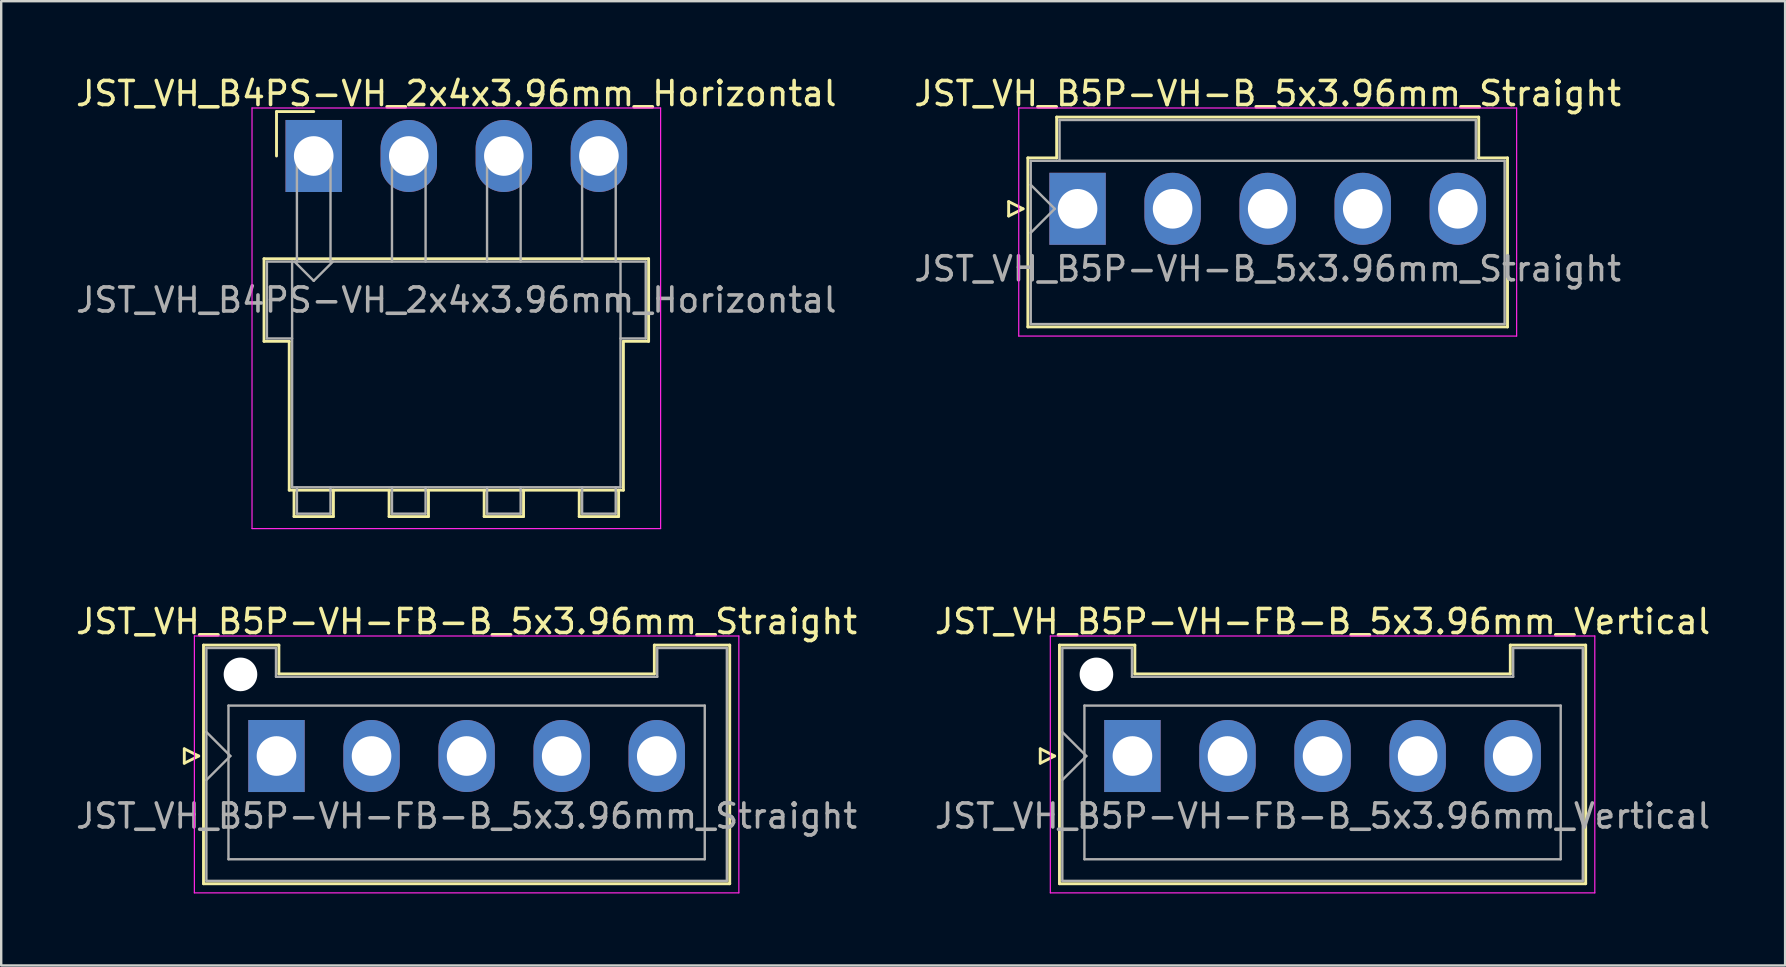
<source format=kicad_pcb>
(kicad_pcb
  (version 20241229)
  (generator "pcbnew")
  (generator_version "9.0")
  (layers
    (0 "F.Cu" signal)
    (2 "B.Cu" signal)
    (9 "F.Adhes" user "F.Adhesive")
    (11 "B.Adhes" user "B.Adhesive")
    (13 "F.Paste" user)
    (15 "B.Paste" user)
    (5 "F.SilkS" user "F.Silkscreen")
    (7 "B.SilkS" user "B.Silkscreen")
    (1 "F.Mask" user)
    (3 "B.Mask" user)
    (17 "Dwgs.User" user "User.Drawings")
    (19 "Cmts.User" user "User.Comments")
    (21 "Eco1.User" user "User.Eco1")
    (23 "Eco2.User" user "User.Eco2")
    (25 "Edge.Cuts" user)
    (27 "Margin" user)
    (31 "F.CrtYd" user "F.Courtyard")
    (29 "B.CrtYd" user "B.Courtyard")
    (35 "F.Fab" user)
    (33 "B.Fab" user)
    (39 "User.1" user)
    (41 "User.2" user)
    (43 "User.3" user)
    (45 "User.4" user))
  (footprint "JST_VH_B4PS-VH_2x4x3.96mm_Horizontal"
    (layer "F.Cu")
    (at 10.018 3.448)
    (property "Reference" "JST_VH_B4PS-VH_2x4x3.96mm_Horizontal" (at 5.94 -2.6 0) (layer "F.SilkS") (effects (font (size 1 1) (thickness 0.15))))
    (attr through_hole)
    (fp_line (start -2.07 4.28) (end 13.95 4.28) (stroke (width 0.12) (type solid)) (layer "F.SilkS"))
    (fp_line (start -2.07 7.72) (end -2.07 4.28) (stroke (width 0.12) (type solid)) (layer "F.SilkS"))
    (fp_line (start -1.55 -1.85) (end -1.55 0) (stroke (width 0.12) (type solid)) (layer "F.SilkS"))
    (fp_line (start -1.02 7.72) (end -2.07 7.72) (stroke (width 0.12) (type solid)) (layer "F.SilkS"))
    (fp_line (start -1.02 13.92) (end -1.02 7.72) (stroke (width 0.12) (type solid)) (layer "F.SilkS"))
    (fp_line (start -0.82 13.92) (end -0.82 15.02) (stroke (width 0.12) (type solid)) (layer "F.SilkS"))
    (fp_line (start -0.82 15.02) (end 0.82 15.02) (stroke (width 0.12) (type solid)) (layer "F.SilkS"))
    (fp_line (start 0 -1.85) (end -1.55 -1.85) (stroke (width 0.12) (type solid)) (layer "F.SilkS"))
    (fp_line (start 0.82 15.02) (end 0.82 13.92) (stroke (width 0.12) (type solid)) (layer "F.SilkS"))
    (fp_line (start 3.14 13.92) (end 3.14 15.02) (stroke (width 0.12) (type solid)) (layer "F.SilkS"))
    (fp_line (start 3.14 15.02) (end 4.78 15.02) (stroke (width 0.12) (type solid)) (layer "F.SilkS"))
    (fp_line (start 4.78 15.02) (end 4.78 13.92) (stroke (width 0.12) (type solid)) (layer "F.SilkS"))
    (fp_line (start 7.1 13.92) (end 7.1 15.02) (stroke (width 0.12) (type solid)) (layer "F.SilkS"))
    (fp_line (start 7.1 15.02) (end 8.74 15.02) (stroke (width 0.12) (type solid)) (layer "F.SilkS"))
    (fp_line (start 8.74 15.02) (end 8.74 13.92) (stroke (width 0.12) (type solid)) (layer "F.SilkS"))
    (fp_line (start 11.06 13.92) (end 11.06 15.02) (stroke (width 0.12) (type solid)) (layer "F.SilkS"))
    (fp_line (start 11.06 15.02) (end 12.7 15.02) (stroke (width 0.12) (type solid)) (layer "F.SilkS"))
    (fp_line (start 12.7 15.02) (end 12.7 13.92) (stroke (width 0.12) (type solid)) (layer "F.SilkS"))
    (fp_line (start 12.9 7.72) (end 12.9 13.92) (stroke (width 0.12) (type solid)) (layer "F.SilkS"))
    (fp_line (start 12.9 13.92) (end -1.02 13.92) (stroke (width 0.12) (type solid)) (layer "F.SilkS"))
    (fp_line (start 13.95 4.28) (end 13.95 7.72) (stroke (width 0.12) (type solid)) (layer "F.SilkS"))
    (fp_line (start 13.95 7.72) (end 12.9 7.72) (stroke (width 0.12) (type solid)) (layer "F.SilkS"))
    (fp_line (start -2.57 -2) (end -2.57 15.52) (stroke (width 0.05) (type solid)) (layer "F.CrtYd"))
    (fp_line (start -2.57 15.52) (end 14.45 15.52) (stroke (width 0.05) (type solid)) (layer "F.CrtYd"))
    (fp_line (start 14.45 -2) (end -2.57 -2) (stroke (width 0.05) (type solid)) (layer "F.CrtYd"))
    (fp_line (start 14.45 15.52) (end 14.45 -2) (stroke (width 0.05) (type solid)) (layer "F.CrtYd"))
    (fp_line (start -1.95 4.4) (end -0.9 4.4) (stroke (width 0.1) (type solid)) (layer "F.Fab"))
    (fp_line (start -1.95 7.6) (end -1.95 4.4) (stroke (width 0.1) (type solid)) (layer "F.Fab"))
    (fp_line (start -0.9 4.4) (end -0.9 13.8) (stroke (width 0.1) (type solid)) (layer "F.Fab"))
    (fp_line (start -0.9 7.6) (end -1.95 7.6) (stroke (width 0.1) (type solid)) (layer "F.Fab"))
    (fp_line (start -0.9 13.8) (end 12.78 13.8) (stroke (width 0.1) (type solid)) (layer "F.Fab"))
    (fp_line (start -0.8 4.4) (end 0 5.2) (stroke (width 0.1) (type solid)) (layer "F.Fab"))
    (fp_line (start -0.7 0) (end 0.7 0) (stroke (width 0.1) (type solid)) (layer "F.Fab"))
    (fp_line (start -0.7 4.4) (end -0.7 0) (stroke (width 0.1) (type solid)) (layer "F.Fab"))
    (fp_line (start -0.7 13.8) (end -0.7 14.9) (stroke (width 0.1) (type solid)) (layer "F.Fab"))
    (fp_line (start -0.7 14.9) (end 0.7 14.9) (stroke (width 0.1) (type solid)) (layer "F.Fab"))
    (fp_line (start 0 5.2) (end 0.8 4.4) (stroke (width 0.1) (type solid)) (layer "F.Fab"))
    (fp_line (start 0.7 0) (end 0.7 4.4) (stroke (width 0.1) (type solid)) (layer "F.Fab"))
    (fp_line (start 0.7 14.9) (end 0.7 13.8) (stroke (width 0.1) (type solid)) (layer "F.Fab"))
    (fp_line (start 3.26 0) (end 4.66 0) (stroke (width 0.1) (type solid)) (layer "F.Fab"))
    (fp_line (start 3.26 4.4) (end 3.26 0) (stroke (width 0.1) (type solid)) (layer "F.Fab"))
    (fp_line (start 3.26 13.8) (end 3.26 14.9) (stroke (width 0.1) (type solid)) (layer "F.Fab"))
    (fp_line (start 3.26 14.9) (end 4.66 14.9) (stroke (width 0.1) (type solid)) (layer "F.Fab"))
    (fp_line (start 4.66 0) (end 4.66 4.4) (stroke (width 0.1) (type solid)) (layer "F.Fab"))
    (fp_line (start 4.66 14.9) (end 4.66 13.8) (stroke (width 0.1) (type solid)) (layer "F.Fab"))
    (fp_line (start 7.22 0) (end 8.62 0) (stroke (width 0.1) (type solid)) (layer "F.Fab"))
    (fp_line (start 7.22 4.4) (end 7.22 0) (stroke (width 0.1) (type solid)) (layer "F.Fab"))
    (fp_line (start 7.22 13.8) (end 7.22 14.9) (stroke (width 0.1) (type solid)) (layer "F.Fab"))
    (fp_line (start 7.22 14.9) (end 8.62 14.9) (stroke (width 0.1) (type solid)) (layer "F.Fab"))
    (fp_line (start 8.62 0) (end 8.62 4.4) (stroke (width 0.1) (type solid)) (layer "F.Fab"))
    (fp_line (start 8.62 14.9) (end 8.62 13.8) (stroke (width 0.1) (type solid)) (layer "F.Fab"))
    (fp_line (start 11.18 0) (end 12.58 0) (stroke (width 0.1) (type solid)) (layer "F.Fab"))
    (fp_line (start 11.18 4.4) (end 11.18 0) (stroke (width 0.1) (type solid)) (layer "F.Fab"))
    (fp_line (start 11.18 13.8) (end 11.18 14.9) (stroke (width 0.1) (type solid)) (layer "F.Fab"))
    (fp_line (start 11.18 14.9) (end 12.58 14.9) (stroke (width 0.1) (type solid)) (layer "F.Fab"))
    (fp_line (start 12.58 0) (end 12.58 4.4) (stroke (width 0.1) (type solid)) (layer "F.Fab"))
    (fp_line (start 12.58 14.9) (end 12.58 13.8) (stroke (width 0.1) (type solid)) (layer "F.Fab"))
    (fp_line (start 12.78 4.4) (end -0.9 4.4) (stroke (width 0.1) (type solid)) (layer "F.Fab"))
    (fp_line (start 12.78 4.4) (end 13.83 4.4) (stroke (width 0.1) (type solid)) (layer "F.Fab"))
    (fp_line (start 12.78 13.8) (end 12.78 4.4) (stroke (width 0.1) (type solid)) (layer "F.Fab"))
    (fp_line (start 13.83 4.4) (end 13.83 7.6) (stroke (width 0.1) (type solid)) (layer "F.Fab"))
    (fp_line (start 13.83 7.6) (end 12.78 7.6) (stroke (width 0.1) (type solid)) (layer "F.Fab"))
    (fp_text user "${REFERENCE}" (at 5.94 6 0) (layer "F.Fab") (effects (font (size 1 1) (thickness 0.15))))
    (pad "1" thru_hole rect (at 0 0) (size 2.35 3) (drill 1.65) (layers "*.Cu" "*.Mask"))
    (pad "2" thru_hole oval (at 3.96 0) (size 2.35 3) (drill 1.65) (layers "*.Cu" "*.Mask"))
    (pad "3" thru_hole oval (at 7.92 0) (size 2.35 3) (drill 1.65) (layers "*.Cu" "*.Mask"))
    (pad "4" thru_hole oval (at 11.88 0) (size 2.35 3) (drill 1.65) (layers "*.Cu" "*.Mask")))
  (footprint "JST_VH_B5P-VH-FB-B_5x3.96mm_Straight"
    (layer "F.Cu")
    (at 8.467 28.442)
    (property "Reference" "JST_VH_B5P-VH-FB-B_5x3.96mm_Straight" (at 7.92 -5.6 0) (layer "F.SilkS") (effects (font (size 1 1) (thickness 0.15))))
    (attr through_hole)
    (fp_line (start -3.84 -0.3) (end -3.24 0) (stroke (width 0.12) (type solid)) (layer "F.SilkS"))
    (fp_line (start -3.84 0.3) (end -3.84 -0.3) (stroke (width 0.12) (type solid)) (layer "F.SilkS"))
    (fp_line (start -3.24 0) (end -3.84 0.3) (stroke (width 0.12) (type solid)) (layer "F.SilkS"))
    (fp_line (start -3.04 -4.62) (end 0.1 -4.62) (stroke (width 0.12) (type solid)) (layer "F.SilkS"))
    (fp_line (start -3.04 5.32) (end -3.04 -4.62) (stroke (width 0.12) (type solid)) (layer "F.SilkS"))
    (fp_line (start 0.1 -4.62) (end 0.1 -3.42) (stroke (width 0.12) (type solid)) (layer "F.SilkS"))
    (fp_line (start 0.1 -3.42) (end 15.74 -3.42) (stroke (width 0.12) (type solid)) (layer "F.SilkS"))
    (fp_line (start 15.74 -4.62) (end 18.88 -4.62) (stroke (width 0.12) (type solid)) (layer "F.SilkS"))
    (fp_line (start 15.74 -3.42) (end 15.74 -4.62) (stroke (width 0.12) (type solid)) (layer "F.SilkS"))
    (fp_line (start 18.88 -4.62) (end 18.88 5.32) (stroke (width 0.12) (type solid)) (layer "F.SilkS"))
    (fp_line (start 18.88 5.32) (end -3.04 5.32) (stroke (width 0.12) (type solid)) (layer "F.SilkS"))
    (fp_line (start -3.42 -5) (end -3.42 5.7) (stroke (width 0.05) (type solid)) (layer "F.CrtYd"))
    (fp_line (start -3.42 5.7) (end 19.26 5.7) (stroke (width 0.05) (type solid)) (layer "F.CrtYd"))
    (fp_line (start 19.26 -5) (end -3.42 -5) (stroke (width 0.05) (type solid)) (layer "F.CrtYd"))
    (fp_line (start 19.26 5.7) (end 19.26 -5) (stroke (width 0.05) (type solid)) (layer "F.CrtYd"))
    (fp_line (start -2.92 -4.5) (end -0.02 -4.5) (stroke (width 0.1) (type solid)) (layer "F.Fab"))
    (fp_line (start -2.92 -1) (end -1.92 0) (stroke (width 0.1) (type solid)) (layer "F.Fab"))
    (fp_line (start -2.92 1) (end -1.92 0) (stroke (width 0.1) (type solid)) (layer "F.Fab"))
    (fp_line (start -2.92 5.2) (end -2.92 -4.5) (stroke (width 0.1) (type solid)) (layer "F.Fab"))
    (fp_line (start -2 -2.1) (end 17.84 -2.1) (stroke (width 0.1) (type solid)) (layer "F.Fab"))
    (fp_line (start -2 4.3) (end -2 -2.1) (stroke (width 0.1) (type solid)) (layer "F.Fab"))
    (fp_line (start -0.02 -4.5) (end -0.02 -3.3) (stroke (width 0.1) (type solid)) (layer "F.Fab"))
    (fp_line (start -0.02 -3.3) (end 15.86 -3.3) (stroke (width 0.1) (type solid)) (layer "F.Fab"))
    (fp_line (start 15.86 -4.5) (end 18.76 -4.5) (stroke (width 0.1) (type solid)) (layer "F.Fab"))
    (fp_line (start 15.86 -3.3) (end 15.86 -4.5) (stroke (width 0.1) (type solid)) (layer "F.Fab"))
    (fp_line (start 17.84 -2.1) (end 17.84 4.3) (stroke (width 0.1) (type solid)) (layer "F.Fab"))
    (fp_line (start 17.84 4.3) (end -2 4.3) (stroke (width 0.1) (type solid)) (layer "F.Fab"))
    (fp_line (start 18.76 -4.5) (end 18.76 5.2) (stroke (width 0.1) (type solid)) (layer "F.Fab"))
    (fp_line (start 18.76 5.2) (end -2.92 5.2) (stroke (width 0.1) (type solid)) (layer "F.Fab"))
    (fp_text user "${REFERENCE}" (at 7.92 2.5 0) (layer "F.Fab") (effects (font (size 1 1) (thickness 0.15))))
    (pad "" np_thru_hole circle (at -1.5 -3.4) (size 1.4 1.4) (drill 1.4) (layers "*.Cu" "*.Mask"))
    (pad "1" thru_hole rect (at 0 0) (size 2.35 3) (drill 1.65) (layers "*.Cu" "*.Mask"))
    (pad "2" thru_hole oval (at 3.96 0) (size 2.35 3) (drill 1.65) (layers "*.Cu" "*.Mask"))
    (pad "3" thru_hole oval (at 7.92 0) (size 2.35 3) (drill 1.65) (layers "*.Cu" "*.Mask"))
    (pad "4" thru_hole oval (at 11.88 0) (size 2.35 3) (drill 1.65) (layers "*.Cu" "*.Mask"))
    (pad "5" thru_hole oval (at 15.84 0) (size 2.35 3) (drill 1.65) (layers "*.Cu" "*.Mask")))
  (footprint "JST_VH_B5P-VH-FB-B_5x3.96mm_Vertical"
    (layer "F.Cu")
    (at 44.122 28.442)
    (property "Reference" "JST_VH_B5P-VH-FB-B_5x3.96mm_Vertical" (at 7.92 -5.6 0) (layer "F.SilkS") (effects (font (size 1 1) (thickness 0.15))))
    (attr through_hole)
    (fp_line (start -3.84 -0.3) (end -3.24 0) (stroke (width 0.12) (type solid)) (layer "F.SilkS"))
    (fp_line (start -3.84 0.3) (end -3.84 -0.3) (stroke (width 0.12) (type solid)) (layer "F.SilkS"))
    (fp_line (start -3.24 0) (end -3.84 0.3) (stroke (width 0.12) (type solid)) (layer "F.SilkS"))
    (fp_line (start -3.04 -4.62) (end 0.1 -4.62) (stroke (width 0.12) (type solid)) (layer "F.SilkS"))
    (fp_line (start -3.04 5.32) (end -3.04 -4.62) (stroke (width 0.12) (type solid)) (layer "F.SilkS"))
    (fp_line (start 0.1 -4.62) (end 0.1 -3.42) (stroke (width 0.12) (type solid)) (layer "F.SilkS"))
    (fp_line (start 0.1 -3.42) (end 15.74 -3.42) (stroke (width 0.12) (type solid)) (layer "F.SilkS"))
    (fp_line (start 15.74 -4.62) (end 18.88 -4.62) (stroke (width 0.12) (type solid)) (layer "F.SilkS"))
    (fp_line (start 15.74 -3.42) (end 15.74 -4.62) (stroke (width 0.12) (type solid)) (layer "F.SilkS"))
    (fp_line (start 18.88 -4.62) (end 18.88 5.32) (stroke (width 0.12) (type solid)) (layer "F.SilkS"))
    (fp_line (start 18.88 5.32) (end -3.04 5.32) (stroke (width 0.12) (type solid)) (layer "F.SilkS"))
    (fp_line (start -3.42 -5) (end -3.42 5.7) (stroke (width 0.05) (type solid)) (layer "F.CrtYd"))
    (fp_line (start -3.42 5.7) (end 19.26 5.7) (stroke (width 0.05) (type solid)) (layer "F.CrtYd"))
    (fp_line (start 19.26 -5) (end -3.42 -5) (stroke (width 0.05) (type solid)) (layer "F.CrtYd"))
    (fp_line (start 19.26 5.7) (end 19.26 -5) (stroke (width 0.05) (type solid)) (layer "F.CrtYd"))
    (fp_line (start -2.92 -4.5) (end -0.02 -4.5) (stroke (width 0.1) (type solid)) (layer "F.Fab"))
    (fp_line (start -2.92 -1) (end -1.92 0) (stroke (width 0.1) (type solid)) (layer "F.Fab"))
    (fp_line (start -2.92 1) (end -1.92 0) (stroke (width 0.1) (type solid)) (layer "F.Fab"))
    (fp_line (start -2.92 5.2) (end -2.92 -4.5) (stroke (width 0.1) (type solid)) (layer "F.Fab"))
    (fp_line (start -2 -2.1) (end 17.84 -2.1) (stroke (width 0.1) (type solid)) (layer "F.Fab"))
    (fp_line (start -2 4.3) (end -2 -2.1) (stroke (width 0.1) (type solid)) (layer "F.Fab"))
    (fp_line (start -0.02 -4.5) (end -0.02 -3.3) (stroke (width 0.1) (type solid)) (layer "F.Fab"))
    (fp_line (start -0.02 -3.3) (end 15.86 -3.3) (stroke (width 0.1) (type solid)) (layer "F.Fab"))
    (fp_line (start 15.86 -4.5) (end 18.76 -4.5) (stroke (width 0.1) (type solid)) (layer "F.Fab"))
    (fp_line (start 15.86 -3.3) (end 15.86 -4.5) (stroke (width 0.1) (type solid)) (layer "F.Fab"))
    (fp_line (start 17.84 -2.1) (end 17.84 4.3) (stroke (width 0.1) (type solid)) (layer "F.Fab"))
    (fp_line (start 17.84 4.3) (end -2 4.3) (stroke (width 0.1) (type solid)) (layer "F.Fab"))
    (fp_line (start 18.76 -4.5) (end 18.76 5.2) (stroke (width 0.1) (type solid)) (layer "F.Fab"))
    (fp_line (start 18.76 5.2) (end -2.92 5.2) (stroke (width 0.1) (type solid)) (layer "F.Fab"))
    (fp_text user "${REFERENCE}" (at 7.92 2.5 0) (layer "F.Fab") (effects (font (size 1 1) (thickness 0.15))))
    (pad "" np_thru_hole circle (at -1.5 -3.4) (size 1.4 1.4) (drill 1.4) (layers "*.Cu" "*.Mask"))
    (pad "1" thru_hole rect (at 0 0) (size 2.35 3) (drill 1.65) (layers "*.Cu" "*.Mask"))
    (pad "2" thru_hole oval (at 3.96 0) (size 2.35 3) (drill 1.65) (layers "*.Cu" "*.Mask"))
    (pad "3" thru_hole oval (at 7.92 0) (size 2.35 3) (drill 1.65) (layers "*.Cu" "*.Mask"))
    (pad "4" thru_hole oval (at 11.88 0) (size 2.35 3) (drill 1.65) (layers "*.Cu" "*.Mask"))
    (pad "5" thru_hole oval (at 15.84 0) (size 2.35 3) (drill 1.65) (layers "*.Cu" "*.Mask")))
  (footprint "JST_VH_B5P-VH-B_5x3.96mm_Straight"
    (layer "F.Cu")
    (at 41.836 5.648)
    (property "Reference" "JST_VH_B5P-VH-B_5x3.96mm_Straight" (at 7.92 -4.8 0) (layer "F.SilkS") (effects (font (size 1 1) (thickness 0.15))))
    (attr through_hole)
    (fp_line (start -2.87 -0.3) (end -2.27 0) (stroke (width 0.12) (type solid)) (layer "F.SilkS"))
    (fp_line (start -2.87 0.3) (end -2.87 -0.3) (stroke (width 0.12) (type solid)) (layer "F.SilkS"))
    (fp_line (start -2.27 0) (end -2.87 0.3) (stroke (width 0.12) (type solid)) (layer "F.SilkS"))
    (fp_line (start -2.07 -2.12) (end -0.87 -2.12) (stroke (width 0.12) (type solid)) (layer "F.SilkS"))
    (fp_line (start -2.07 4.92) (end -2.07 -2.12) (stroke (width 0.12) (type solid)) (layer "F.SilkS"))
    (fp_line (start -0.87 -3.82) (end 16.71 -3.82) (stroke (width 0.12) (type solid)) (layer "F.SilkS"))
    (fp_line (start -0.87 -2.12) (end -0.87 -3.82) (stroke (width 0.12) (type solid)) (layer "F.SilkS"))
    (fp_line (start 16.71 -3.82) (end 16.71 -2.12) (stroke (width 0.12) (type solid)) (layer "F.SilkS"))
    (fp_line (start 16.71 -2.12) (end 17.91 -2.12) (stroke (width 0.12) (type solid)) (layer "F.SilkS"))
    (fp_line (start 17.91 -2.12) (end 17.91 4.92) (stroke (width 0.12) (type solid)) (layer "F.SilkS"))
    (fp_line (start 17.91 4.92) (end -2.07 4.92) (stroke (width 0.12) (type solid)) (layer "F.SilkS"))
    (fp_line (start -2.45 -4.2) (end -2.45 5.3) (stroke (width 0.05) (type solid)) (layer "F.CrtYd"))
    (fp_line (start -2.45 5.3) (end 18.29 5.3) (stroke (width 0.05) (type solid)) (layer "F.CrtYd"))
    (fp_line (start 18.29 -4.2) (end -2.45 -4.2) (stroke (width 0.05) (type solid)) (layer "F.CrtYd"))
    (fp_line (start 18.29 5.3) (end 18.29 -4.2) (stroke (width 0.05) (type solid)) (layer "F.CrtYd"))
    (fp_line (start -1.95 -2) (end -1.95 4.8) (stroke (width 0.1) (type solid)) (layer "F.Fab"))
    (fp_line (start -1.95 -1) (end -0.95 0) (stroke (width 0.1) (type solid)) (layer "F.Fab"))
    (fp_line (start -1.95 1) (end -0.95 0) (stroke (width 0.1) (type solid)) (layer "F.Fab"))
    (fp_line (start -1.95 4.8) (end 17.79 4.8) (stroke (width 0.1) (type solid)) (layer "F.Fab"))
    (fp_line (start -0.75 -3.7) (end 16.59 -3.7) (stroke (width 0.1) (type solid)) (layer "F.Fab"))
    (fp_line (start -0.75 -2) (end -0.75 -3.7) (stroke (width 0.1) (type solid)) (layer "F.Fab"))
    (fp_line (start 16.59 -3.7) (end 16.59 -2) (stroke (width 0.1) (type solid)) (layer "F.Fab"))
    (fp_line (start 17.79 -2) (end -1.95 -2) (stroke (width 0.1) (type solid)) (layer "F.Fab"))
    (fp_line (start 17.79 4.8) (end 17.79 -2) (stroke (width 0.1) (type solid)) (layer "F.Fab"))
    (fp_text user "${REFERENCE}" (at 7.92 2.5 0) (layer "F.Fab") (effects (font (size 1 1) (thickness 0.15))))
    (pad "1" thru_hole rect (at 0 0) (size 2.35 3) (drill 1.65) (layers "*.Cu" "*.Mask"))
    (pad "2" thru_hole oval (at 3.96 0) (size 2.35 3) (drill 1.65) (layers "*.Cu" "*.Mask"))
    (pad "3" thru_hole oval (at 7.92 0) (size 2.35 3) (drill 1.65) (layers "*.Cu" "*.Mask"))
    (pad "4" thru_hole oval (at 11.88 0) (size 2.35 3) (drill 1.65) (layers "*.Cu" "*.Mask"))
    (pad "5" thru_hole oval (at 15.84 0) (size 2.35 3) (drill 1.65) (layers "*.Cu" "*.Mask")))
  (gr_rect
    (start -3 -3)
    (end 71.31 37.166)
    (stroke (width 0.1) (type default))
    (fill no)
    (layer "Edge.Cuts")))
</source>
